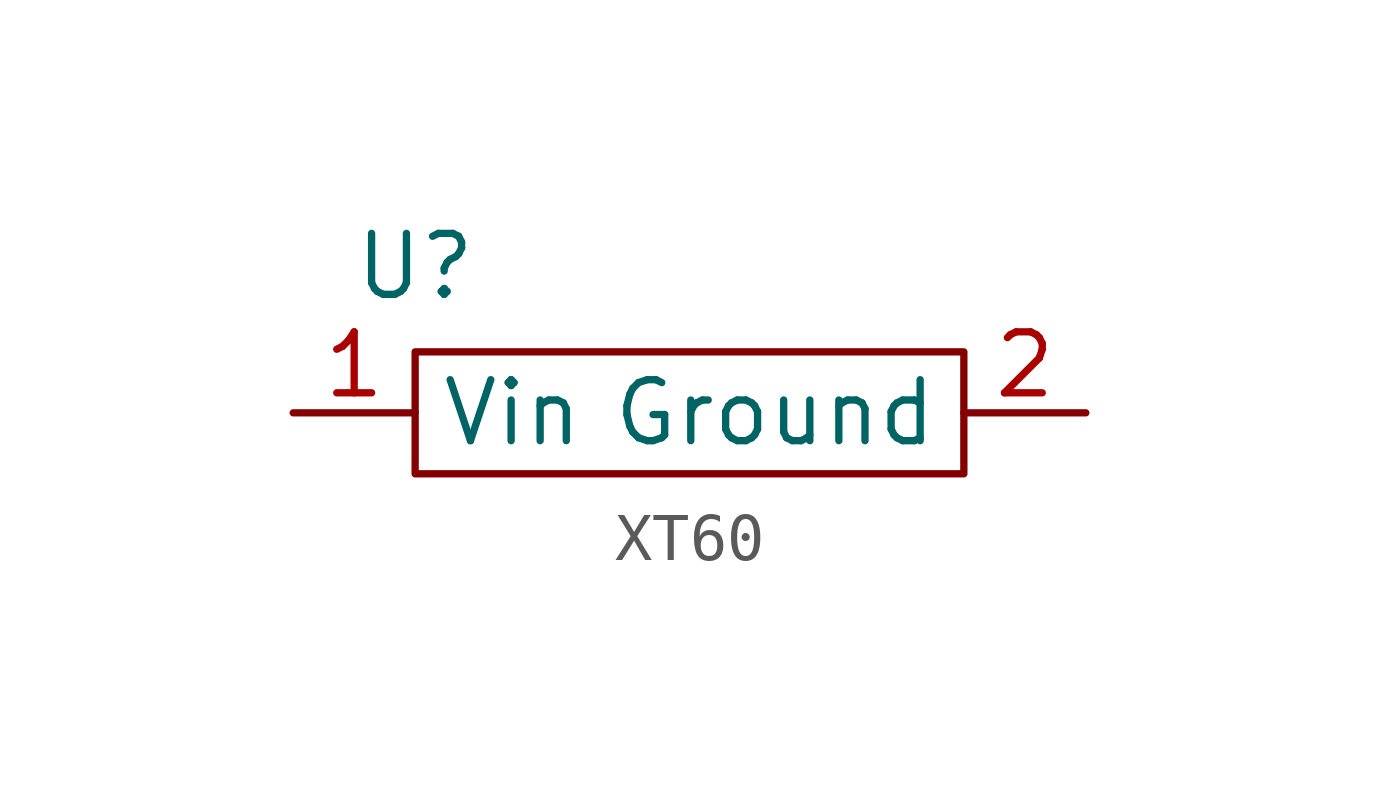
<source format=kicad_sym>
(kicad_symbol_lib
  (version 20241209)
  (generator "kicad_symbol_editor")
  (generator_version "9.0")
  (symbol "XT60"
    (property "Reference" "U"
      (at 0 1.778 0)
      (effects (font (size 1.27 1.27))))
    (property "Value" ""
      (at 0 0 0)
      (effects (font (size 1.27 1.27))))
    (symbol "XT60_0_1"
      (rectangle (start 0 0) (end 11.43 -2.54) (stroke (width 0) (type default)) (fill (type none))))
    (symbol "XT60_1_1"
      (pin power_in line (at -2.54 -1.27 0) (length 2.54) (name "Vin" (effects (font (size 1.27 1.27)))) (number "1" (effects (font (size 1.27 1.27)))))
      (pin power_in line (at 13.97 -1.27 180) (length 2.54) (name "Ground" (effects (font (size 1.27 1.27)))) (number "2" (effects (font (size 1.27 1.27))))))))
</source>
